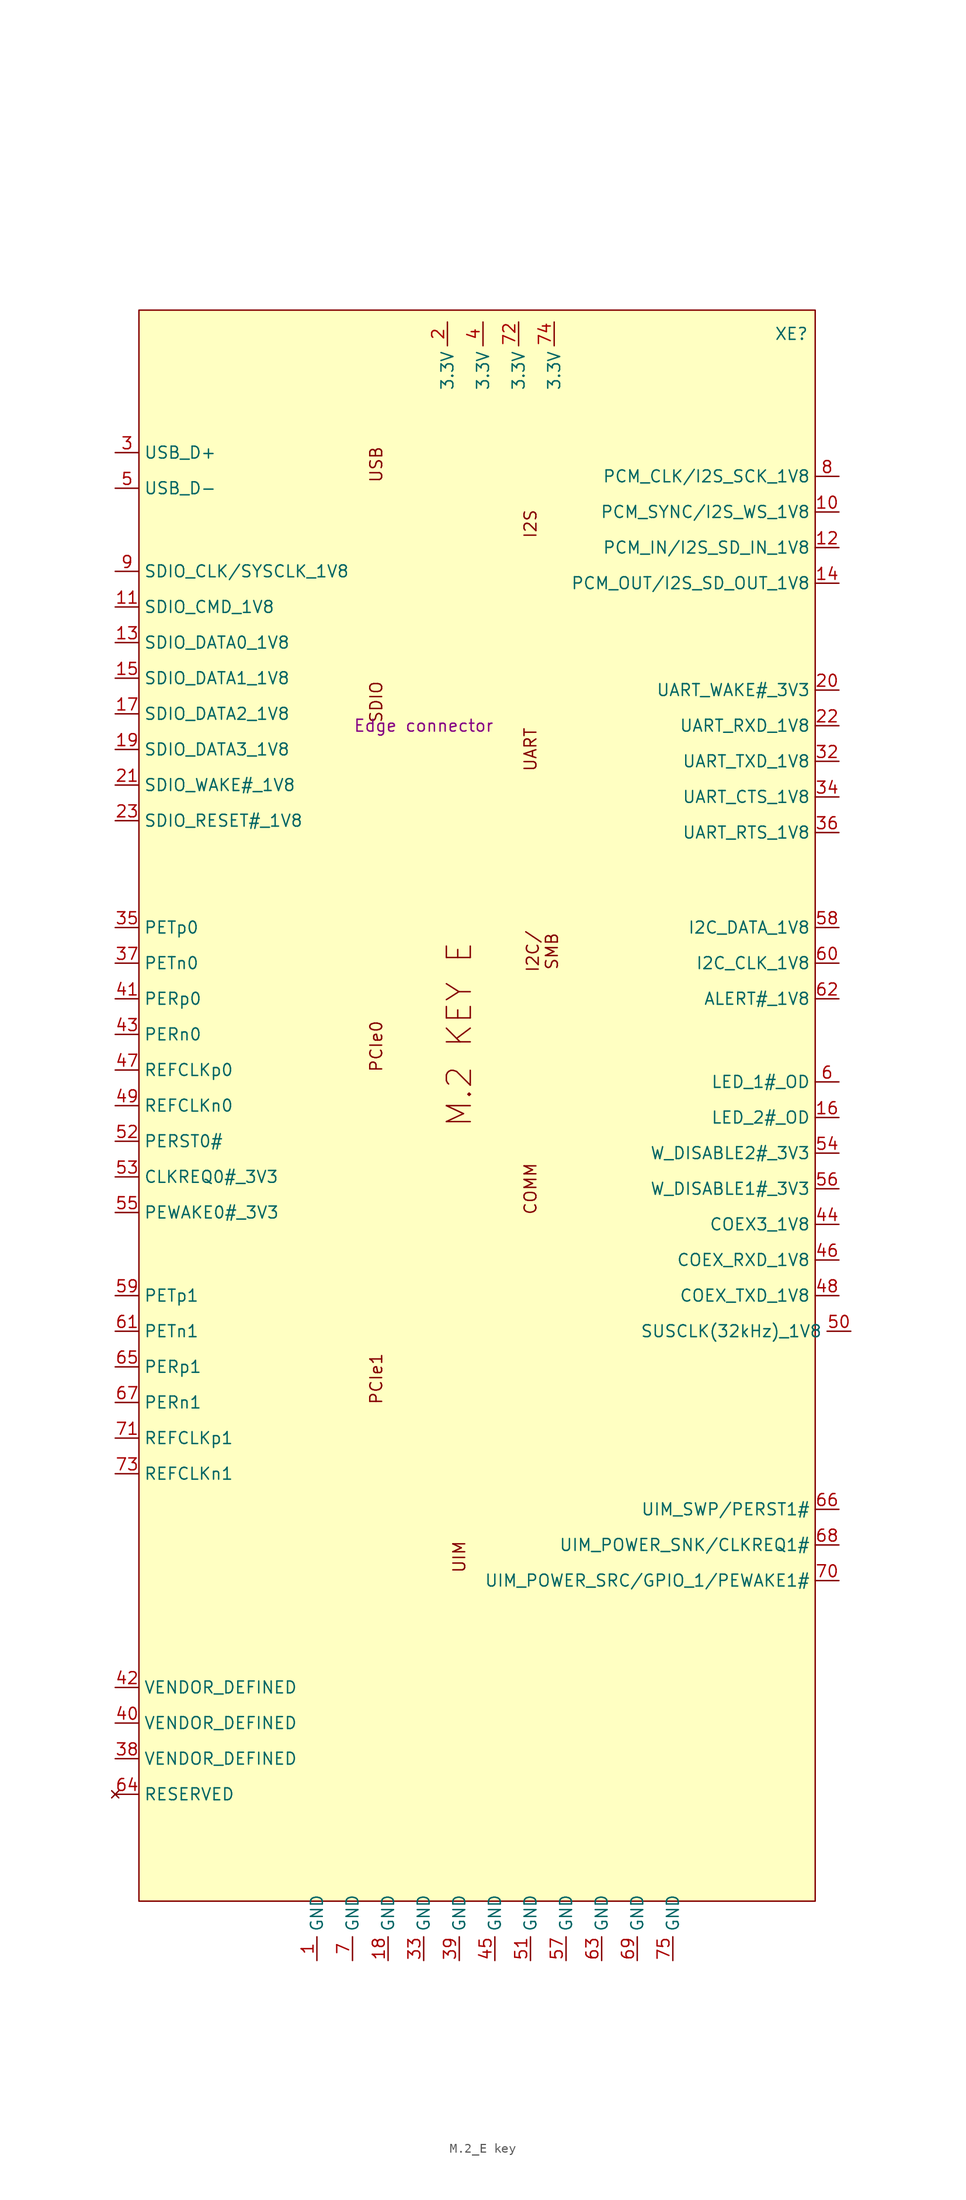
<source format=kicad_sym>
(kicad_symbol_lib
  (version 20231120)
  (generator "kicad_symbol_editor")
  (generator_version "8.0")
  (symbol "M.2_E key"
    (property "Reference" "XE"
      (at 39.37 41.91 0)
      (effects (font (size 1.27 1.27))))
    (property "Value" ""
      (at 0 54.61 0)
      (effects (font (size 1.27 1.27))))
    (property "CPN" "Edge connector"
      (at 0 0 0)
      (effects (font (size 1.27 1.27))))
    (symbol "M.2_E key_0_0"
      (pin power_in line (at -11.43 -132.08 90) (length 2.54) (name "GND" (effects (font (size 1.27 1.27)))) (number "1" (effects (font (size 1.27 1.27)))))
      (pin bidirectional line (at 44.45 -41.91 180) (length 2.54) (name "LED_2#_OD" (effects (font (size 1.27 1.27)))) (number "16" (effects (font (size 1.27 1.27)))))
      (pin power_in line (at -3.81 -132.08 90) (length 2.54) (name "GND" (effects (font (size 1.27 1.27)))) (number "18" (effects (font (size 1.27 1.27)))))
      (pin power_in line (at 2.54 43.18 270) (length 2.54) (name "3.3V" (effects (font (size 1.27 1.27)))) (number "2" (effects (font (size 1.27 1.27)))))
      (pin bidirectional line (at -33.02 29.21 0) (length 2.54) (name "USB_D+" (effects (font (size 1.27 1.27)))) (number "3" (effects (font (size 1.27 1.27)))))
      (pin power_in line (at 0 -132.08 90) (length 2.54) (name "GND" (effects (font (size 1.27 1.27)))) (number "33" (effects (font (size 1.27 1.27)))))
      (pin bidirectional line (at -33.02 -21.59 0) (length 2.54) (name "PETp0" (effects (font (size 1.27 1.27)))) (number "35" (effects (font (size 1.27 1.27)))))
      (pin bidirectional line (at -33.02 -25.4 0) (length 2.54) (name "PETn0" (effects (font (size 1.27 1.27)))) (number "37" (effects (font (size 1.27 1.27)))))
      (pin bidirectional line (at -33.02 -110.49 0) (length 2.54) (name "VENDOR_DEFINED" (effects (font (size 1.27 1.27)))) (number "38" (effects (font (size 1.27 1.27)))))
      (pin power_in line (at 6.35 43.18 270) (length 2.54) (name "3.3V" (effects (font (size 1.27 1.27)))) (number "4" (effects (font (size 1.27 1.27)))))
      (pin bidirectional line (at -33.02 25.4 0) (length 2.54) (name "USB_D-" (effects (font (size 1.27 1.27)))) (number "5" (effects (font (size 1.27 1.27)))))
      (pin bidirectional line (at 44.45 -38.1 180) (length 2.54) (name "LED_1#_OD" (effects (font (size 1.27 1.27)))) (number "6" (effects (font (size 1.27 1.27)))))
      (pin power_in line (at -7.62 -132.08 90) (length 2.54) (name "GND" (effects (font (size 1.27 1.27)))) (number "7" (effects (font (size 1.27 1.27))))))
    (symbol "M.2_E key_1_0"
      (pin bidirectional line (at 44.45 22.86 180) (length 2.54) (name "PCM_SYNC/I2S_WS_1V8" (effects (font (size 1.27 1.27)))) (number "10" (effects (font (size 1.27 1.27)))))
      (pin bidirectional line (at -33.02 12.7 0) (length 2.54) (name "SDIO_CMD_1V8" (effects (font (size 1.27 1.27)))) (number "11" (effects (font (size 1.27 1.27)))))
      (pin bidirectional line (at 44.45 19.05 180) (length 2.54) (name "PCM_IN/I2S_SD_IN_1V8" (effects (font (size 1.27 1.27)))) (number "12" (effects (font (size 1.27 1.27)))))
      (pin bidirectional line (at -33.02 8.89 0) (length 2.54) (name "SDIO_DATA0_1V8" (effects (font (size 1.27 1.27)))) (number "13" (effects (font (size 1.27 1.27)))))
      (pin bidirectional line (at 44.45 15.24 180) (length 2.54) (name "PCM_OUT/I2S_SD_OUT_1V8" (effects (font (size 1.27 1.27)))) (number "14" (effects (font (size 1.27 1.27)))))
      (pin bidirectional line (at -33.02 5.08 0) (length 2.54) (name "SDIO_DATA1_1V8" (effects (font (size 1.27 1.27)))) (number "15" (effects (font (size 1.27 1.27)))))
      (pin bidirectional line (at -33.02 1.27 0) (length 2.54) (name "SDIO_DATA2_1V8" (effects (font (size 1.27 1.27)))) (number "17" (effects (font (size 1.27 1.27)))))
      (pin bidirectional line (at -33.02 -2.54 0) (length 2.54) (name "SDIO_DATA3_1V8" (effects (font (size 1.27 1.27)))) (number "19" (effects (font (size 1.27 1.27)))))
      (pin bidirectional line (at 44.45 3.81 180) (length 2.54) (name "UART_WAKE#_3V3" (effects (font (size 1.27 1.27)))) (number "20" (effects (font (size 1.27 1.27)))))
      (pin bidirectional line (at -33.02 -6.35 0) (length 2.54) (name "SDIO_WAKE#_1V8" (effects (font (size 1.27 1.27)))) (number "21" (effects (font (size 1.27 1.27)))))
      (pin bidirectional line (at 44.45 0 180) (length 2.54) (name "UART_RXD_1V8" (effects (font (size 1.27 1.27)))) (number "22" (effects (font (size 1.27 1.27)))))
      (pin bidirectional line (at -33.02 -10.16 0) (length 2.54) (name "SDIO_RESET#_1V8" (effects (font (size 1.27 1.27)))) (number "23" (effects (font (size 1.27 1.27)))))
      (pin bidirectional line (at 44.45 -3.81 180) (length 2.54) (name "UART_TXD_1V8" (effects (font (size 1.27 1.27)))) (number "32" (effects (font (size 1.27 1.27)))))
      (pin bidirectional line (at 44.45 -7.62 180) (length 2.54) (name "UART_CTS_1V8" (effects (font (size 1.27 1.27)))) (number "34" (effects (font (size 1.27 1.27)))))
      (pin bidirectional line (at 44.45 -11.43 180) (length 2.54) (name "UART_RTS_1V8" (effects (font (size 1.27 1.27)))) (number "36" (effects (font (size 1.27 1.27)))))
      (pin power_in line (at 3.81 -132.08 90) (length 2.54) (name "GND" (effects (font (size 1.27 1.27)))) (number "39" (effects (font (size 1.27 1.27)))))
      (pin bidirectional line (at -33.02 -106.68 0) (length 2.54) (name "VENDOR_DEFINED" (effects (font (size 1.27 1.27)))) (number "40" (effects (font (size 1.27 1.27)))))
      (pin bidirectional line (at -33.02 -29.21 0) (length 2.54) (name "PERp0" (effects (font (size 1.27 1.27)))) (number "41" (effects (font (size 1.27 1.27)))))
      (pin bidirectional line (at -33.02 -102.87 0) (length 2.54) (name "VENDOR_DEFINED" (effects (font (size 1.27 1.27)))) (number "42" (effects (font (size 1.27 1.27)))))
      (pin bidirectional line (at -33.02 -33.02 0) (length 2.54) (name "PERn0" (effects (font (size 1.27 1.27)))) (number "43" (effects (font (size 1.27 1.27)))))
      (pin bidirectional line (at 44.45 -53.34 180) (length 2.54) (name "COEX3_1V8" (effects (font (size 1.27 1.27)))) (number "44" (effects (font (size 1.27 1.27)))))
      (pin power_in line (at 7.62 -132.08 90) (length 2.54) (name "GND" (effects (font (size 1.27 1.27)))) (number "45" (effects (font (size 1.27 1.27)))))
      (pin bidirectional line (at 44.45 -57.15 180) (length 2.54) (name "COEX_RXD_1V8" (effects (font (size 1.27 1.27)))) (number "46" (effects (font (size 1.27 1.27)))))
      (pin bidirectional line (at -33.02 -36.83 0) (length 2.54) (name "REFCLKp0" (effects (font (size 1.27 1.27)))) (number "47" (effects (font (size 1.27 1.27)))))
      (pin bidirectional line (at 44.45 -60.96 180) (length 2.54) (name "COEX_TXD_1V8" (effects (font (size 1.27 1.27)))) (number "48" (effects (font (size 1.27 1.27)))))
      (pin bidirectional line (at -33.02 -40.64 0) (length 2.54) (name "REFCLKn0" (effects (font (size 1.27 1.27)))) (number "49" (effects (font (size 1.27 1.27)))))
      (pin bidirectional line (at 45.72 -64.77 180) (length 2.54) (name "SUSCLK(32kHz)_1V8" (effects (font (size 1.27 1.27)))) (number "50" (effects (font (size 1.27 1.27)))))
      (pin power_in line (at 11.43 -132.08 90) (length 2.54) (name "GND" (effects (font (size 1.27 1.27)))) (number "51" (effects (font (size 1.27 1.27)))))
      (pin bidirectional line (at -33.02 -44.45 0) (length 2.54) (name "PERST0#" (effects (font (size 1.27 1.27)))) (number "52" (effects (font (size 1.27 1.27)))))
      (pin bidirectional line (at -33.02 -48.26 0) (length 2.54) (name "CLKREQ0#_3V3" (effects (font (size 1.27 1.27)))) (number "53" (effects (font (size 1.27 1.27)))))
      (pin bidirectional line (at 44.45 -45.72 180) (length 2.54) (name "W_DISABLE2#_3V3" (effects (font (size 1.27 1.27)))) (number "54" (effects (font (size 1.27 1.27)))))
      (pin bidirectional line (at -33.02 -52.07 0) (length 2.54) (name "PEWAKE0#_3V3" (effects (font (size 1.27 1.27)))) (number "55" (effects (font (size 1.27 1.27)))))
      (pin bidirectional line (at 44.45 -49.53 180) (length 2.54) (name "W_DISABLE1#_3V3" (effects (font (size 1.27 1.27)))) (number "56" (effects (font (size 1.27 1.27)))))
      (pin power_in line (at 15.24 -132.08 90) (length 2.54) (name "GND" (effects (font (size 1.27 1.27)))) (number "57" (effects (font (size 1.27 1.27)))))
      (pin bidirectional line (at 44.45 -21.59 180) (length 2.54) (name "I2C_DATA_1V8" (effects (font (size 1.27 1.27)))) (number "58" (effects (font (size 1.27 1.27)))))
      (pin bidirectional line (at -33.02 -60.96 0) (length 2.54) (name "PETp1" (effects (font (size 1.27 1.27)))) (number "59" (effects (font (size 1.27 1.27)))))
      (pin bidirectional line (at 44.45 -25.4 180) (length 2.54) (name "I2C_CLK_1V8" (effects (font (size 1.27 1.27)))) (number "60" (effects (font (size 1.27 1.27)))))
      (pin bidirectional line (at -33.02 -64.77 0) (length 2.54) (name "PETn1" (effects (font (size 1.27 1.27)))) (number "61" (effects (font (size 1.27 1.27)))))
      (pin bidirectional line (at 44.45 -29.21 180) (length 2.54) (name "ALERT#_1V8" (effects (font (size 1.27 1.27)))) (number "62" (effects (font (size 1.27 1.27)))))
      (pin power_in line (at 19.05 -132.08 90) (length 2.54) (name "GND" (effects (font (size 1.27 1.27)))) (number "63" (effects (font (size 1.27 1.27)))))
      (pin no_connect line (at -33.02 -114.3 0) (length 2.54) (name "RESERVED" (effects (font (size 1.27 1.27)))) (number "64" (effects (font (size 1.27 1.27)))))
      (pin bidirectional line (at -33.02 -68.58 0) (length 2.54) (name "PERp1" (effects (font (size 1.27 1.27)))) (number "65" (effects (font (size 1.27 1.27)))))
      (pin bidirectional line (at 44.45 -83.82 180) (length 2.54) (name "UIM_SWP/PERST1#" (effects (font (size 1.27 1.27)))) (number "66" (effects (font (size 1.27 1.27)))))
      (pin bidirectional line (at -33.02 -72.39 0) (length 2.54) (name "PERn1" (effects (font (size 1.27 1.27)))) (number "67" (effects (font (size 1.27 1.27)))))
      (pin bidirectional line (at 44.45 -87.63 180) (length 2.54) (name "UIM_POWER_SNK/CLKREQ1#" (effects (font (size 1.27 1.27)))) (number "68" (effects (font (size 1.27 1.27)))))
      (pin power_in line (at 22.86 -132.08 90) (length 2.54) (name "GND" (effects (font (size 1.27 1.27)))) (number "69" (effects (font (size 1.27 1.27)))))
      (pin bidirectional line (at 44.45 -91.44 180) (length 2.54) (name "UIM_POWER_SRC/GPIO_1/PEWAKE1#" (effects (font (size 1.27 1.27)))) (number "70" (effects (font (size 1.27 1.27)))))
      (pin passive line (at -33.02 -76.2 0) (length 2.54) (name "REFCLKp1" (effects (font (size 1.27 1.27)))) (number "71" (effects (font (size 1.27 1.27)))))
      (pin power_in line (at 10.16 43.18 270) (length 2.54) (name "3.3V" (effects (font (size 1.27 1.27)))) (number "72" (effects (font (size 1.27 1.27)))))
      (pin bidirectional line (at -33.02 -80.01 0) (length 2.54) (name "REFCLKn1" (effects (font (size 1.27 1.27)))) (number "73" (effects (font (size 1.27 1.27)))))
      (pin power_in line (at 13.97 43.18 270) (length 2.54) (name "3.3V" (effects (font (size 1.27 1.27)))) (number "74" (effects (font (size 1.27 1.27)))))
      (pin power_in line (at 26.67 -132.08 90) (length 2.54) (name "GND" (effects (font (size 1.27 1.27)))) (number "75" (effects (font (size 1.27 1.27)))))
      (pin bidirectional line (at 44.45 26.67 180) (length 2.54) (name "PCM_CLK/I2S_SCK_1V8" (effects (font (size 1.27 1.27)))) (number "8" (effects (font (size 1.27 1.27)))))
      (pin bidirectional line (at -33.02 16.51 0) (length 2.54) (name "SDIO_CLK/SYSCLK_1V8" (effects (font (size 1.27 1.27)))) (number "9" (effects (font (size 1.27 1.27))))))
    (symbol "M.2_E key_1_1"
      (rectangle (start -30.48 44.45) (end 41.91 -125.73) (stroke (width 0) (type default)) (fill (type background)))
      (text "COMM" (at 11.43 -49.53 900) (effects (font (size 1.27 1.27))))
      (text "I2C/\nSMB" (at 12.7 -24.13 900) (effects (font (size 1.27 1.27))))
      (text "I2S" (at 11.43 21.59 900) (effects (font (size 1.27 1.27))))
      (text "M.2 KEY E" (at 3.81 -33.02 900) (effects (font (size 2.56 2.56))))
      (text "PCIe0" (at -5.08 -34.29 900) (effects (font (size 1.27 1.27))))
      (text "PCIe1" (at -5.08 -69.85 900) (effects (font (size 1.27 1.27))))
      (text "SDIO" (at -5.08 2.54 900) (effects (font (size 1.27 1.27))))
      (text "UART" (at 11.43 -2.54 900) (effects (font (size 1.27 1.27))))
      (text "UIM" (at 3.81 -88.9 900) (effects (font (size 1.27 1.27))))
      (text "USB" (at -5.08 27.94 900) (effects (font (size 1.27 1.27)))))))
</source>
